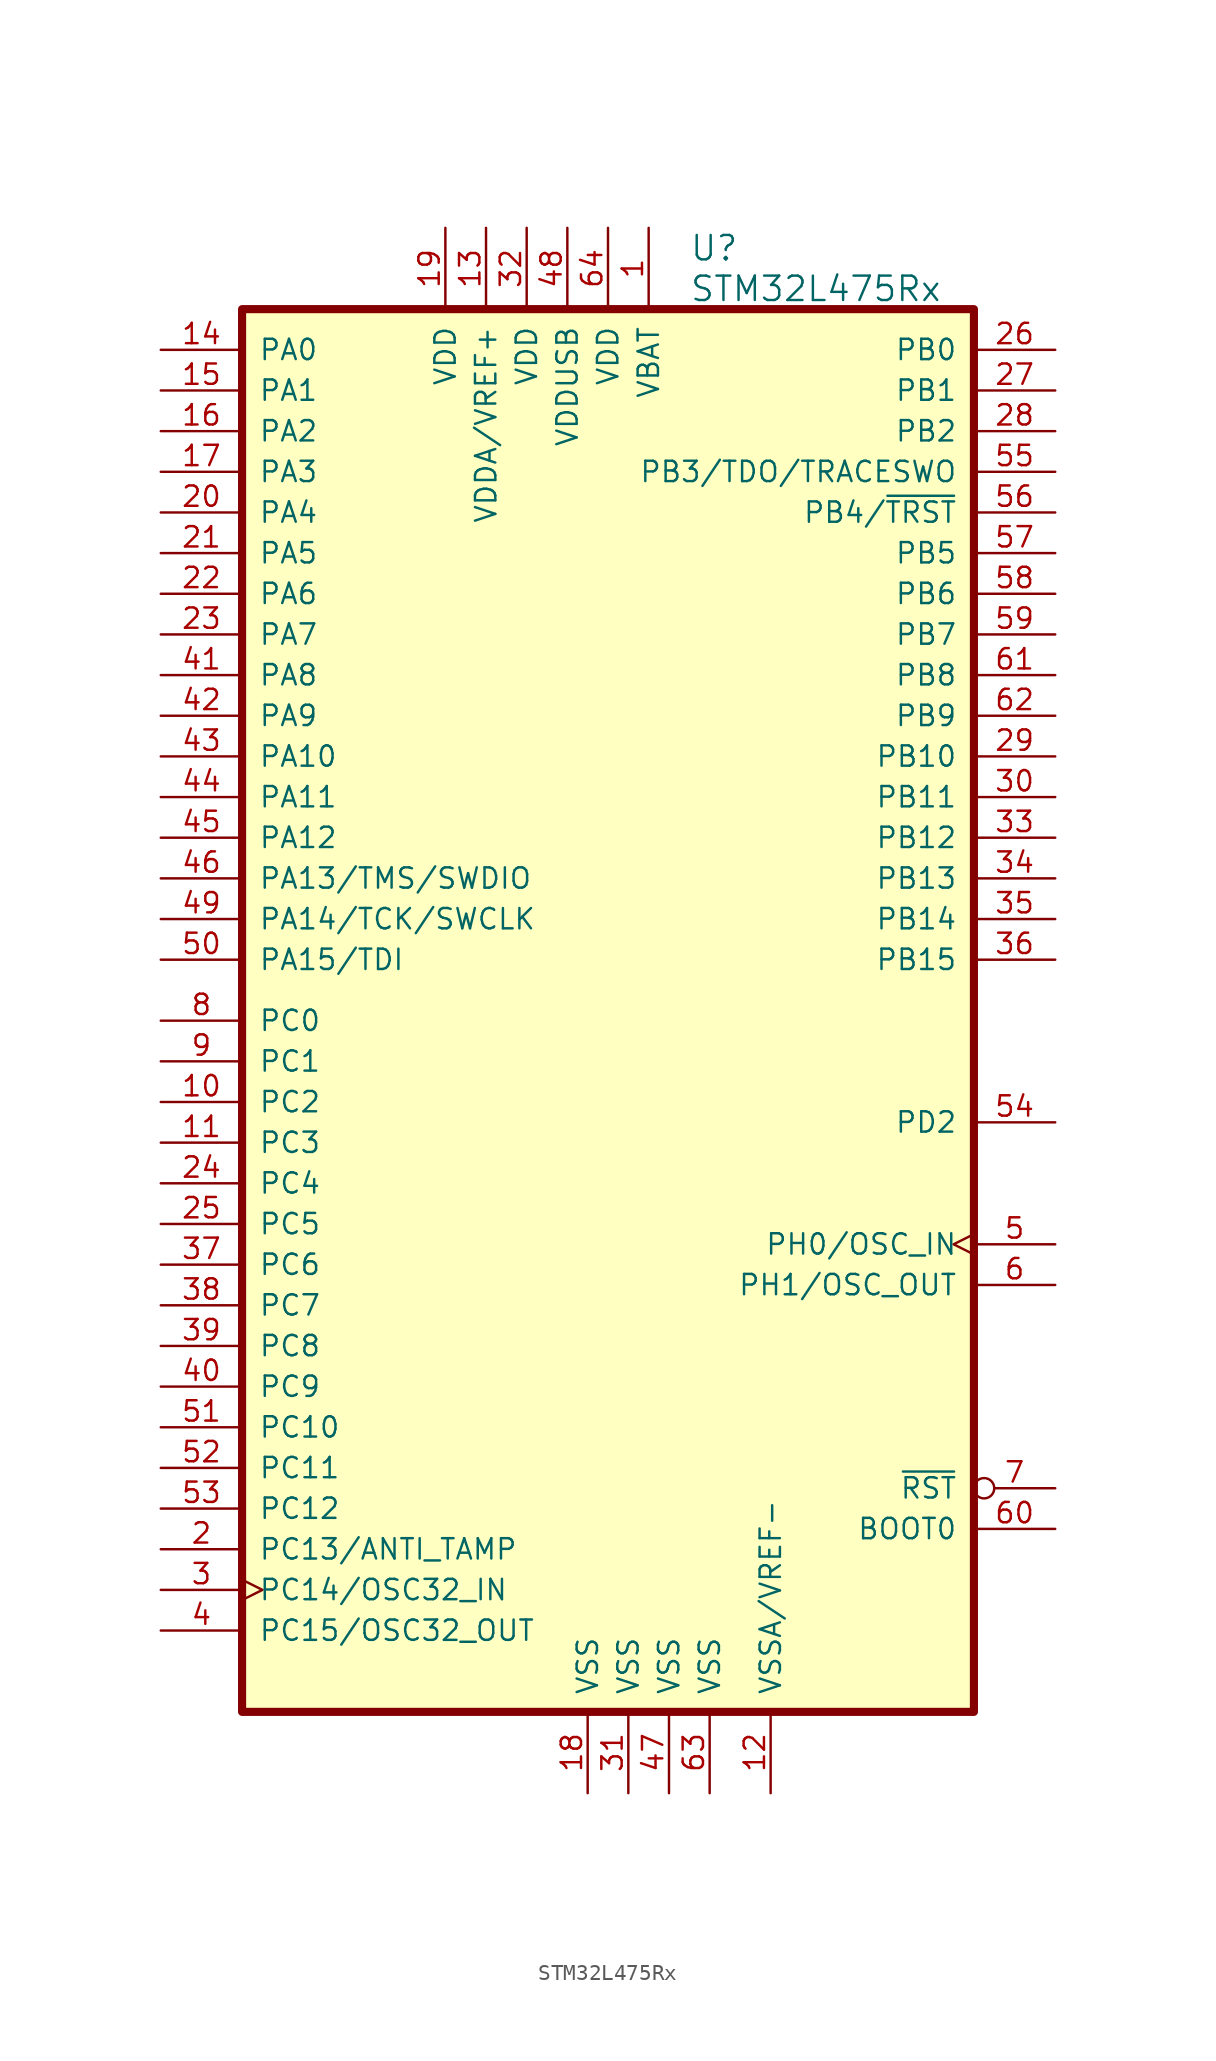
<source format=kicad_sym>
(kicad_symbol_lib
  (version 20220126)
  (generator kicad_symbol_editor)
  (symbol "STM32L475Rx"
    (pin_names
      (offset 1.016))
    (property "Reference" "U"
      (at 5.08 44.45 0)
      (effects (font (size 1.524 1.524)) (justify left)))
    (property "Value" "STM32L475Rx"
      (at 5.08 41.91 0)
      (effects (font (size 1.524 1.524)) (justify left)))
    (symbol "STM32L475Rx_0_0"
      (rectangle (start -22.86 40.64) (end 22.86 -46.99) (stroke (width 0.508) (type default)) (fill (type background))))
    (symbol "STM32L475Rx_1_1"
      (pin power_in line (at 2.54 45.72 270) (length 5.08) (name "VBAT" (effects (font (size 1.27 1.27)))) (number "1" (effects (font (size 1.27 1.27)))))
      (pin bidirectional line (at -27.94 -8.89 0) (length 5.08) (name "PC2" (effects (font (size 1.27 1.27)))) (number "10" (effects (font (size 1.27 1.27)))))
      (pin bidirectional line (at -27.94 -11.43 0) (length 5.08) (name "PC3" (effects (font (size 1.27 1.27)))) (number "11" (effects (font (size 1.27 1.27)))))
      (pin power_in line (at 10.16 -52.07 90) (length 5.08) (name "VSSA/VREF-" (effects (font (size 1.27 1.27)))) (number "12" (effects (font (size 1.27 1.27)))))
      (pin power_in line (at -7.62 45.72 270) (length 5.08) (name "VDDA/VREF+" (effects (font (size 1.27 1.27)))) (number "13" (effects (font (size 1.27 1.27)))))
      (pin bidirectional line (at -27.94 38.1 0) (length 5.08) (name "PA0" (effects (font (size 1.27 1.27)))) (number "14" (effects (font (size 1.27 1.27)))))
      (pin bidirectional line (at -27.94 35.56 0) (length 5.08) (name "PA1" (effects (font (size 1.27 1.27)))) (number "15" (effects (font (size 1.27 1.27)))))
      (pin bidirectional line (at -27.94 33.02 0) (length 5.08) (name "PA2" (effects (font (size 1.27 1.27)))) (number "16" (effects (font (size 1.27 1.27)))))
      (pin bidirectional line (at -27.94 30.48 0) (length 5.08) (name "PA3" (effects (font (size 1.27 1.27)))) (number "17" (effects (font (size 1.27 1.27)))))
      (pin power_in line (at -1.27 -52.07 90) (length 5.08) (name "VSS" (effects (font (size 1.27 1.27)))) (number "18" (effects (font (size 1.27 1.27)))))
      (pin power_in line (at -10.16 45.72 270) (length 5.08) (name "VDD" (effects (font (size 1.27 1.27)))) (number "19" (effects (font (size 1.27 1.27)))))
      (pin bidirectional line (at -27.94 -36.83 0) (length 5.08) (name "PC13/ANTI_TAMP" (effects (font (size 1.27 1.27)))) (number "2" (effects (font (size 1.27 1.27)))))
      (pin bidirectional line (at -27.94 27.94 0) (length 5.08) (name "PA4" (effects (font (size 1.27 1.27)))) (number "20" (effects (font (size 1.27 1.27)))))
      (pin bidirectional line (at -27.94 25.4 0) (length 5.08) (name "PA5" (effects (font (size 1.27 1.27)))) (number "21" (effects (font (size 1.27 1.27)))))
      (pin bidirectional line (at -27.94 22.86 0) (length 5.08) (name "PA6" (effects (font (size 1.27 1.27)))) (number "22" (effects (font (size 1.27 1.27)))))
      (pin bidirectional line (at -27.94 20.32 0) (length 5.08) (name "PA7" (effects (font (size 1.27 1.27)))) (number "23" (effects (font (size 1.27 1.27)))))
      (pin bidirectional line (at -27.94 -13.97 0) (length 5.08) (name "PC4" (effects (font (size 1.27 1.27)))) (number "24" (effects (font (size 1.27 1.27)))))
      (pin bidirectional line (at -27.94 -16.51 0) (length 5.08) (name "PC5" (effects (font (size 1.27 1.27)))) (number "25" (effects (font (size 1.27 1.27)))))
      (pin bidirectional line (at 27.94 38.1 180) (length 5.08) (name "PB0" (effects (font (size 1.27 1.27)))) (number "26" (effects (font (size 1.27 1.27)))))
      (pin bidirectional line (at 27.94 35.56 180) (length 5.08) (name "PB1" (effects (font (size 1.27 1.27)))) (number "27" (effects (font (size 1.27 1.27)))))
      (pin bidirectional line (at 27.94 33.02 180) (length 5.08) (name "PB2" (effects (font (size 1.27 1.27)))) (number "28" (effects (font (size 1.27 1.27)))))
      (pin bidirectional line (at 27.94 12.7 180) (length 5.08) (name "PB10" (effects (font (size 1.27 1.27)))) (number "29" (effects (font (size 1.27 1.27)))))
      (pin bidirectional clock (at -27.94 -39.37 0) (length 5.08) (name "PC14/OSC32_IN" (effects (font (size 1.27 1.27)))) (number "3" (effects (font (size 1.27 1.27)))))
      (pin bidirectional line (at 27.94 10.16 180) (length 5.08) (name "PB11" (effects (font (size 1.27 1.27)))) (number "30" (effects (font (size 1.27 1.27)))))
      (pin power_in line (at 1.27 -52.07 90) (length 5.08) (name "VSS" (effects (font (size 1.27 1.27)))) (number "31" (effects (font (size 1.27 1.27)))))
      (pin power_in line (at -5.08 45.72 270) (length 5.08) (name "VDD" (effects (font (size 1.27 1.27)))) (number "32" (effects (font (size 1.27 1.27)))))
      (pin bidirectional line (at 27.94 7.62 180) (length 5.08) (name "PB12" (effects (font (size 1.27 1.27)))) (number "33" (effects (font (size 1.27 1.27)))))
      (pin bidirectional line (at 27.94 5.08 180) (length 5.08) (name "PB13" (effects (font (size 1.27 1.27)))) (number "34" (effects (font (size 1.27 1.27)))))
      (pin bidirectional line (at 27.94 2.54 180) (length 5.08) (name "PB14" (effects (font (size 1.27 1.27)))) (number "35" (effects (font (size 1.27 1.27)))))
      (pin bidirectional line (at 27.94 0 180) (length 5.08) (name "PB15" (effects (font (size 1.27 1.27)))) (number "36" (effects (font (size 1.27 1.27)))))
      (pin bidirectional line (at -27.94 -19.05 0) (length 5.08) (name "PC6" (effects (font (size 1.27 1.27)))) (number "37" (effects (font (size 1.27 1.27)))))
      (pin bidirectional line (at -27.94 -21.59 0) (length 5.08) (name "PC7" (effects (font (size 1.27 1.27)))) (number "38" (effects (font (size 1.27 1.27)))))
      (pin bidirectional line (at -27.94 -24.13 0) (length 5.08) (name "PC8" (effects (font (size 1.27 1.27)))) (number "39" (effects (font (size 1.27 1.27)))))
      (pin bidirectional line (at -27.94 -41.91 0) (length 5.08) (name "PC15/OSC32_OUT" (effects (font (size 1.27 1.27)))) (number "4" (effects (font (size 1.27 1.27)))))
      (pin bidirectional line (at -27.94 -26.67 0) (length 5.08) (name "PC9" (effects (font (size 1.27 1.27)))) (number "40" (effects (font (size 1.27 1.27)))))
      (pin bidirectional line (at -27.94 17.78 0) (length 5.08) (name "PA8" (effects (font (size 1.27 1.27)))) (number "41" (effects (font (size 1.27 1.27)))))
      (pin bidirectional line (at -27.94 15.24 0) (length 5.08) (name "PA9" (effects (font (size 1.27 1.27)))) (number "42" (effects (font (size 1.27 1.27)))))
      (pin bidirectional line (at -27.94 12.7 0) (length 5.08) (name "PA10" (effects (font (size 1.27 1.27)))) (number "43" (effects (font (size 1.27 1.27)))))
      (pin bidirectional line (at -27.94 10.16 0) (length 5.08) (name "PA11" (effects (font (size 1.27 1.27)))) (number "44" (effects (font (size 1.27 1.27)))))
      (pin bidirectional line (at -27.94 7.62 0) (length 5.08) (name "PA12" (effects (font (size 1.27 1.27)))) (number "45" (effects (font (size 1.27 1.27)))))
      (pin bidirectional line (at -27.94 5.08 0) (length 5.08) (name "PA13/TMS/SWDIO" (effects (font (size 1.27 1.27)))) (number "46" (effects (font (size 1.27 1.27)))))
      (pin power_in line (at 3.81 -52.07 90) (length 5.08) (name "VSS" (effects (font (size 1.27 1.27)))) (number "47" (effects (font (size 1.27 1.27)))))
      (pin power_in line (at -2.54 45.72 270) (length 5.08) (name "VDDUSB" (effects (font (size 1.27 1.27)))) (number "48" (effects (font (size 1.27 1.27)))))
      (pin bidirectional line (at -27.94 2.54 0) (length 5.08) (name "PA14/TCK/SWCLK" (effects (font (size 1.27 1.27)))) (number "49" (effects (font (size 1.27 1.27)))))
      (pin bidirectional clock (at 27.94 -17.78 180) (length 5.08) (name "PH0/OSC_IN" (effects (font (size 1.27 1.27)))) (number "5" (effects (font (size 1.27 1.27)))))
      (pin bidirectional line (at -27.94 0 0) (length 5.08) (name "PA15/TDI" (effects (font (size 1.27 1.27)))) (number "50" (effects (font (size 1.27 1.27)))))
      (pin bidirectional line (at -27.94 -29.21 0) (length 5.08) (name "PC10" (effects (font (size 1.27 1.27)))) (number "51" (effects (font (size 1.27 1.27)))))
      (pin bidirectional line (at -27.94 -31.75 0) (length 5.08) (name "PC11" (effects (font (size 1.27 1.27)))) (number "52" (effects (font (size 1.27 1.27)))))
      (pin input line (at -27.94 -34.29 0) (length 5.08) (name "PC12" (effects (font (size 1.27 1.27)))) (number "53" (effects (font (size 1.27 1.27)))))
      (pin input line (at 27.94 -10.16 180) (length 5.08) (name "PD2" (effects (font (size 1.27 1.27)))) (number "54" (effects (font (size 1.27 1.27)))))
      (pin bidirectional line (at 27.94 30.48 180) (length 5.08) (name "PB3/TDO/TRACESWO" (effects (font (size 1.27 1.27)))) (number "55" (effects (font (size 1.27 1.27)))))
      (pin bidirectional line (at 27.94 27.94 180) (length 5.08) (name "PB4/~{TRST}" (effects (font (size 1.27 1.27)))) (number "56" (effects (font (size 1.27 1.27)))))
      (pin bidirectional line (at 27.94 25.4 180) (length 5.08) (name "PB5" (effects (font (size 1.27 1.27)))) (number "57" (effects (font (size 1.27 1.27)))))
      (pin bidirectional line (at 27.94 22.86 180) (length 5.08) (name "PB6" (effects (font (size 1.27 1.27)))) (number "58" (effects (font (size 1.27 1.27)))))
      (pin bidirectional line (at 27.94 20.32 180) (length 5.08) (name "PB7" (effects (font (size 1.27 1.27)))) (number "59" (effects (font (size 1.27 1.27)))))
      (pin bidirectional line (at 27.94 -20.32 180) (length 5.08) (name "PH1/OSC_OUT" (effects (font (size 1.27 1.27)))) (number "6" (effects (font (size 1.27 1.27)))))
      (pin input line (at 27.94 -35.56 180) (length 5.08) (name "BOOT0" (effects (font (size 1.27 1.27)))) (number "60" (effects (font (size 1.27 1.27)))))
      (pin bidirectional line (at 27.94 17.78 180) (length 5.08) (name "PB8" (effects (font (size 1.27 1.27)))) (number "61" (effects (font (size 1.27 1.27)))))
      (pin bidirectional line (at 27.94 15.24 180) (length 5.08) (name "PB9" (effects (font (size 1.27 1.27)))) (number "62" (effects (font (size 1.27 1.27)))))
      (pin power_in line (at 6.35 -52.07 90) (length 5.08) (name "VSS" (effects (font (size 1.27 1.27)))) (number "63" (effects (font (size 1.27 1.27)))))
      (pin power_in line (at 0 45.72 270) (length 5.08) (name "VDD" (effects (font (size 1.27 1.27)))) (number "64" (effects (font (size 1.27 1.27)))))
      (pin input inverted (at 27.94 -33.02 180) (length 5.08) (name "~{RST}" (effects (font (size 1.27 1.27)))) (number "7" (effects (font (size 1.27 1.27)))))
      (pin bidirectional line (at -27.94 -3.81 0) (length 5.08) (name "PC0" (effects (font (size 1.27 1.27)))) (number "8" (effects (font (size 1.27 1.27)))))
      (pin bidirectional line (at -27.94 -6.35 0) (length 5.08) (name "PC1" (effects (font (size 1.27 1.27)))) (number "9" (effects (font (size 1.27 1.27))))))))
</source>
